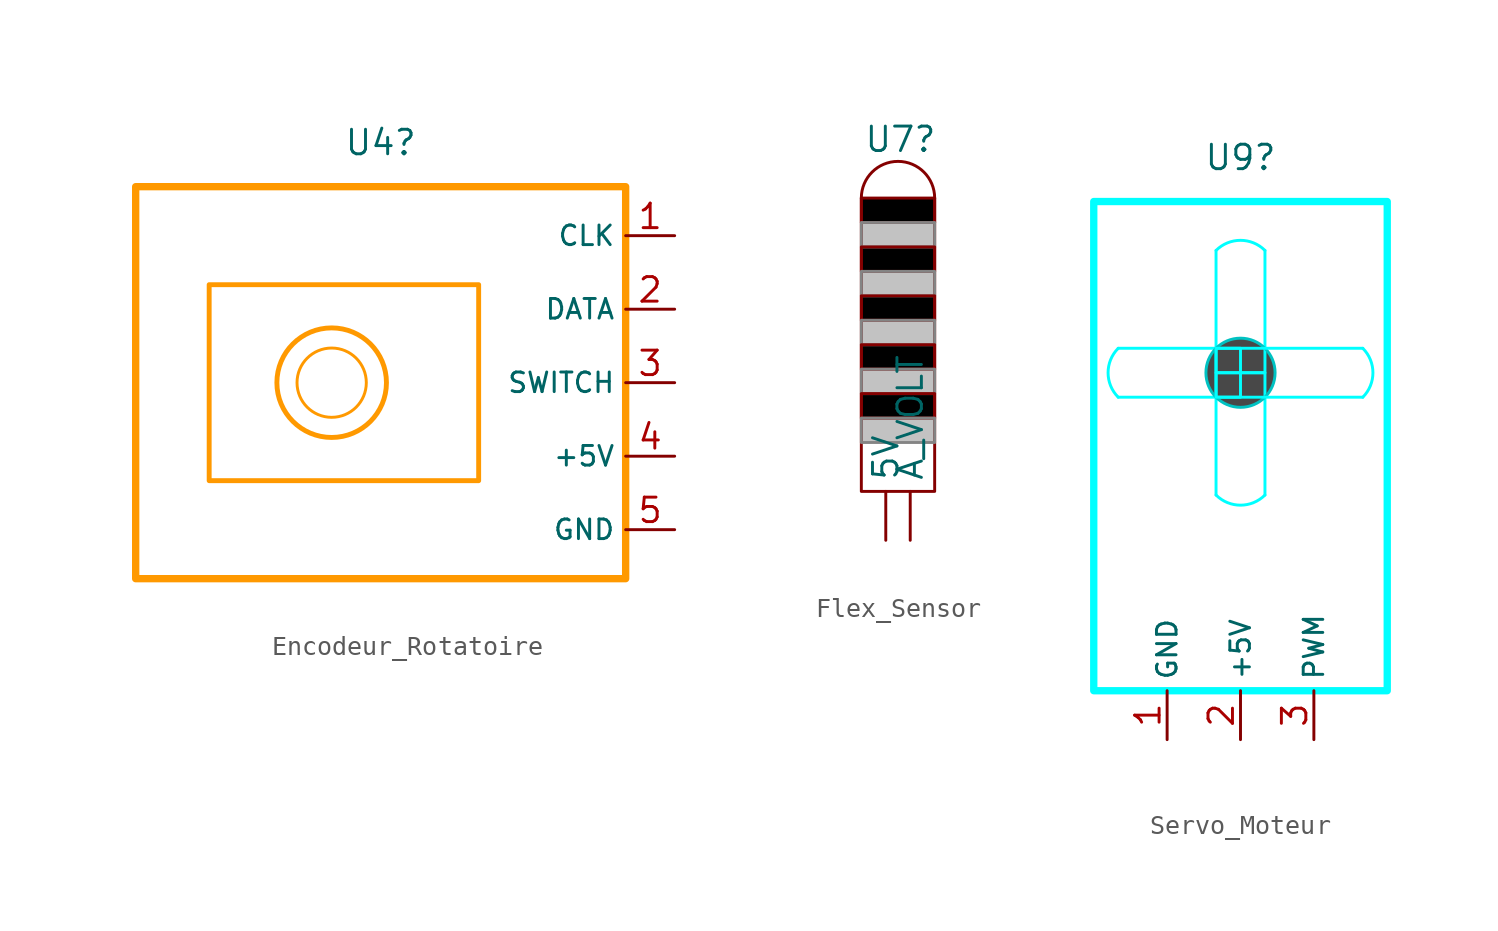
<source format=kicad_sym>
(kicad_symbol_lib
  (version 20231120)
  (generator "kicad_symbol_editor")
  (generator_version "8.0")
  (symbol "Encodeur_Rotatoire"
    (property "Reference" "U4"
      (at 0 13.716 0)
      (effects (font (size 1.27 1.27))))
    (property "Value" ""
      (at 0 0 0)
      (effects (font (size 1.27 1.27))))
    (symbol "Encodeur_Rotatoire_0_1"
      (rectangle (start -12.7 11.43) (end 12.7 -8.89) (stroke (width 0.381) (type default) (color 255 153 0 1)) (fill (type none)))
      (rectangle (start -8.89 6.35) (end 5.08 -3.81) (stroke (width 0.254) (type default) (color 255 153 0 1)) (fill (type none)))
      (circle (center -2.54 1.27) (radius 1.796) (stroke (width 0) (type default) (color 255 153 0 1)) (fill (type none)))
      (circle (center -2.54 1.27) (radius 2.84) (stroke (width 0.254) (type default) (color 255 153 0 1)) (fill (type none))))
    (symbol "Encodeur_Rotatoire_1_1"
      (pin passive line (at 15.24 8.89 180) (length 2.54) (name "CLK" (effects (font (size 1.016 1.016)))) (number "1" (effects (font (size 1.27 1.27)))))
      (pin passive line (at 15.24 5.08 180) (length 2.54) (name "DATA" (effects (font (size 1.016 1.016)))) (number "2" (effects (font (size 1.27 1.27)))))
      (pin passive line (at 15.24 1.27 180) (length 2.54) (name "SWITCH" (effects (font (size 1.016 1.016)))) (number "3" (effects (font (size 1.27 1.27)))))
      (pin passive line (at 15.24 -2.54 180) (length 2.54) (name "+5V" (effects (font (size 1.016 1.016)))) (number "4" (effects (font (size 1.27 1.27)))))
      (pin passive line (at 15.24 -6.35 180) (length 2.54) (name "GND" (effects (font (size 1.016 1.016)))) (number "5" (effects (font (size 1.27 1.27)))))))
  (symbol "Flex_Sensor"
    (property "Reference" "U7"
      (at -0.508 15.748 0)
      (effects (font (size 1.27 1.27))))
    (property "Value" ""
      (at 0 0 0)
      (effects (font (size 1.27 1.27))))
    (symbol "Flex_Sensor_0_1"
      (rectangle (start -2.54 1.27) (end 1.27 0) (stroke (width 0) (type default) (color 132 132 132 1)) (fill (type color) (color 194 194 194 1)))
      (rectangle (start -2.54 2.54) (end 1.27 1.27) (stroke (width 0) (type default)) (fill (type color) (color 0 0 0 1)))
      (rectangle (start -2.54 3.81) (end 1.27 2.54) (stroke (width 0) (type default) (color 132 132 132 1)) (fill (type color) (color 194 194 194 1)))
      (rectangle (start -2.54 5.08) (end 1.27 3.81) (stroke (width 0) (type default)) (fill (type color) (color 0 0 0 1)))
      (rectangle (start -2.54 6.35) (end 1.27 5.08) (stroke (width 0) (type default) (color 132 132 132 1)) (fill (type color) (color 194 194 194 1)))
      (rectangle (start -2.54 7.62) (end 1.27 6.35) (stroke (width 0) (type default)) (fill (type color) (color 0 0 0 1)))
      (rectangle (start -2.54 8.89) (end 1.27 7.62) (stroke (width 0) (type default) (color 132 132 132 1)) (fill (type color) (color 194 194 194 1)))
      (rectangle (start -2.54 10.16) (end 1.27 8.89) (stroke (width 0) (type default)) (fill (type color) (color 0 0 0 1)))
      (rectangle (start -2.54 11.43) (end 1.27 10.16) (stroke (width 0) (type default) (color 132 132 132 1)) (fill (type color) (color 194 194 194 1)))
      (rectangle (start -2.54 12.7) (end 1.27 11.43) (stroke (width 0) (type default)) (fill (type color) (color 0 0 0 1)))
      (polyline (pts (xy -2.54 12.7) (xy -2.54 -2.54) (xy 1.27 -2.54) (xy 1.27 12.7)) (stroke (width 0) (type default)) (fill (type none)))
      (arc (start 1.27 12.7) (mid -0.635 14.605) (end -2.54 12.7) (stroke (width 0) (type default)) (fill (type none))))
    (symbol "Flex_Sensor_1_1"
      (pin passive line (at -1.27 -5.08 90) (length 2.54) (name "5V" (effects (font (size 1.27 1.27)))) (number "" (effects (font (size 1.27 1.27)))))
      (pin passive line (at 0 -5.08 90) (length 2.54) (name "A_VOLT" (effects (font (size 1.27 1.27)))) (number "" (effects (font (size 1.27 1.27)))))))
  (symbol "Servo_Moteur"
    (property "Reference" "U9"
      (at 0 14.986 0)
      (effects (font (size 1.27 1.27))))
    (property "Value" ""
      (at 0 0 0)
      (effects (font (size 1.27 1.27))))
    (symbol "Servo_Moteur_0_1"
      (rectangle (start -7.62 12.7) (end 7.62 -12.7) (stroke (width 0.381) (type default) (color 0 255 255 1)) (fill (type none)))
      (arc (start -6.35 5.08) (mid -6.8761 3.81) (end -6.35 2.54) (stroke (width 0) (type default) (color 0 255 255 1)) (fill (type none)))
      (arc (start -1.27 -2.54) (mid 0 -3.0661) (end 1.27 -2.54) (stroke (width 0) (type default) (color 0 255 255 1)) (fill (type none)))
      (polyline (pts (xy -6.35 5.08) (xy 0 5.08) (xy 0 2.54) (xy -6.35 2.54)) (stroke (width 0) (type default) (color 0 255 255 1)) (fill (type color) (color 0 0 0 0)))
      (polyline (pts (xy -1.27 -2.54) (xy -1.27 3.81) (xy 1.27 3.81) (xy 1.27 -2.54)) (stroke (width 0) (type default) (color 0 255 255 1)) (fill (type none)))
      (polyline (pts (xy -1.27 10.16) (xy -1.27 3.81) (xy 1.27 3.81) (xy 1.27 10.16)) (stroke (width 0) (type default) (color 0 255 255 1)) (fill (type none)))
      (polyline (pts (xy 6.35 5.08) (xy -1.27 5.08) (xy -1.27 2.54) (xy 6.35 2.54)) (stroke (width 0) (type default) (color 0 255 255 1)) (fill (type none)))
      (circle (center 0 3.81) (radius 1.796) (stroke (width 0) (type default) (color 0 194 194 1)) (fill (type color) (color 72 72 72 1)))
      (arc (start 1.27 10.16) (mid 0 10.6861) (end -1.27 10.16) (stroke (width 0) (type default) (color 0 255 255 1)) (fill (type none)))
      (arc (start 6.35 2.54) (mid 6.8761 3.81) (end 6.35 5.08) (stroke (width 0) (type default) (color 0 255 255 1)) (fill (type none))))
    (symbol "Servo_Moteur_1_1"
      (pin passive line (at -3.81 -15.24 90) (length 2.54) (name "GND" (effects (font (size 1.016 1.016)))) (number "1" (effects (font (size 1.27 1.27)))))
      (pin passive line (at 0 -15.24 90) (length 2.54) (name "+5V" (effects (font (size 1.016 1.016)))) (number "2" (effects (font (size 1.27 1.27)))))
      (pin passive line (at 3.81 -15.24 90) (length 2.54) (name "PWM" (effects (font (size 1.016 1.016)))) (number "3" (effects (font (size 1.27 1.27))))))))
</source>
